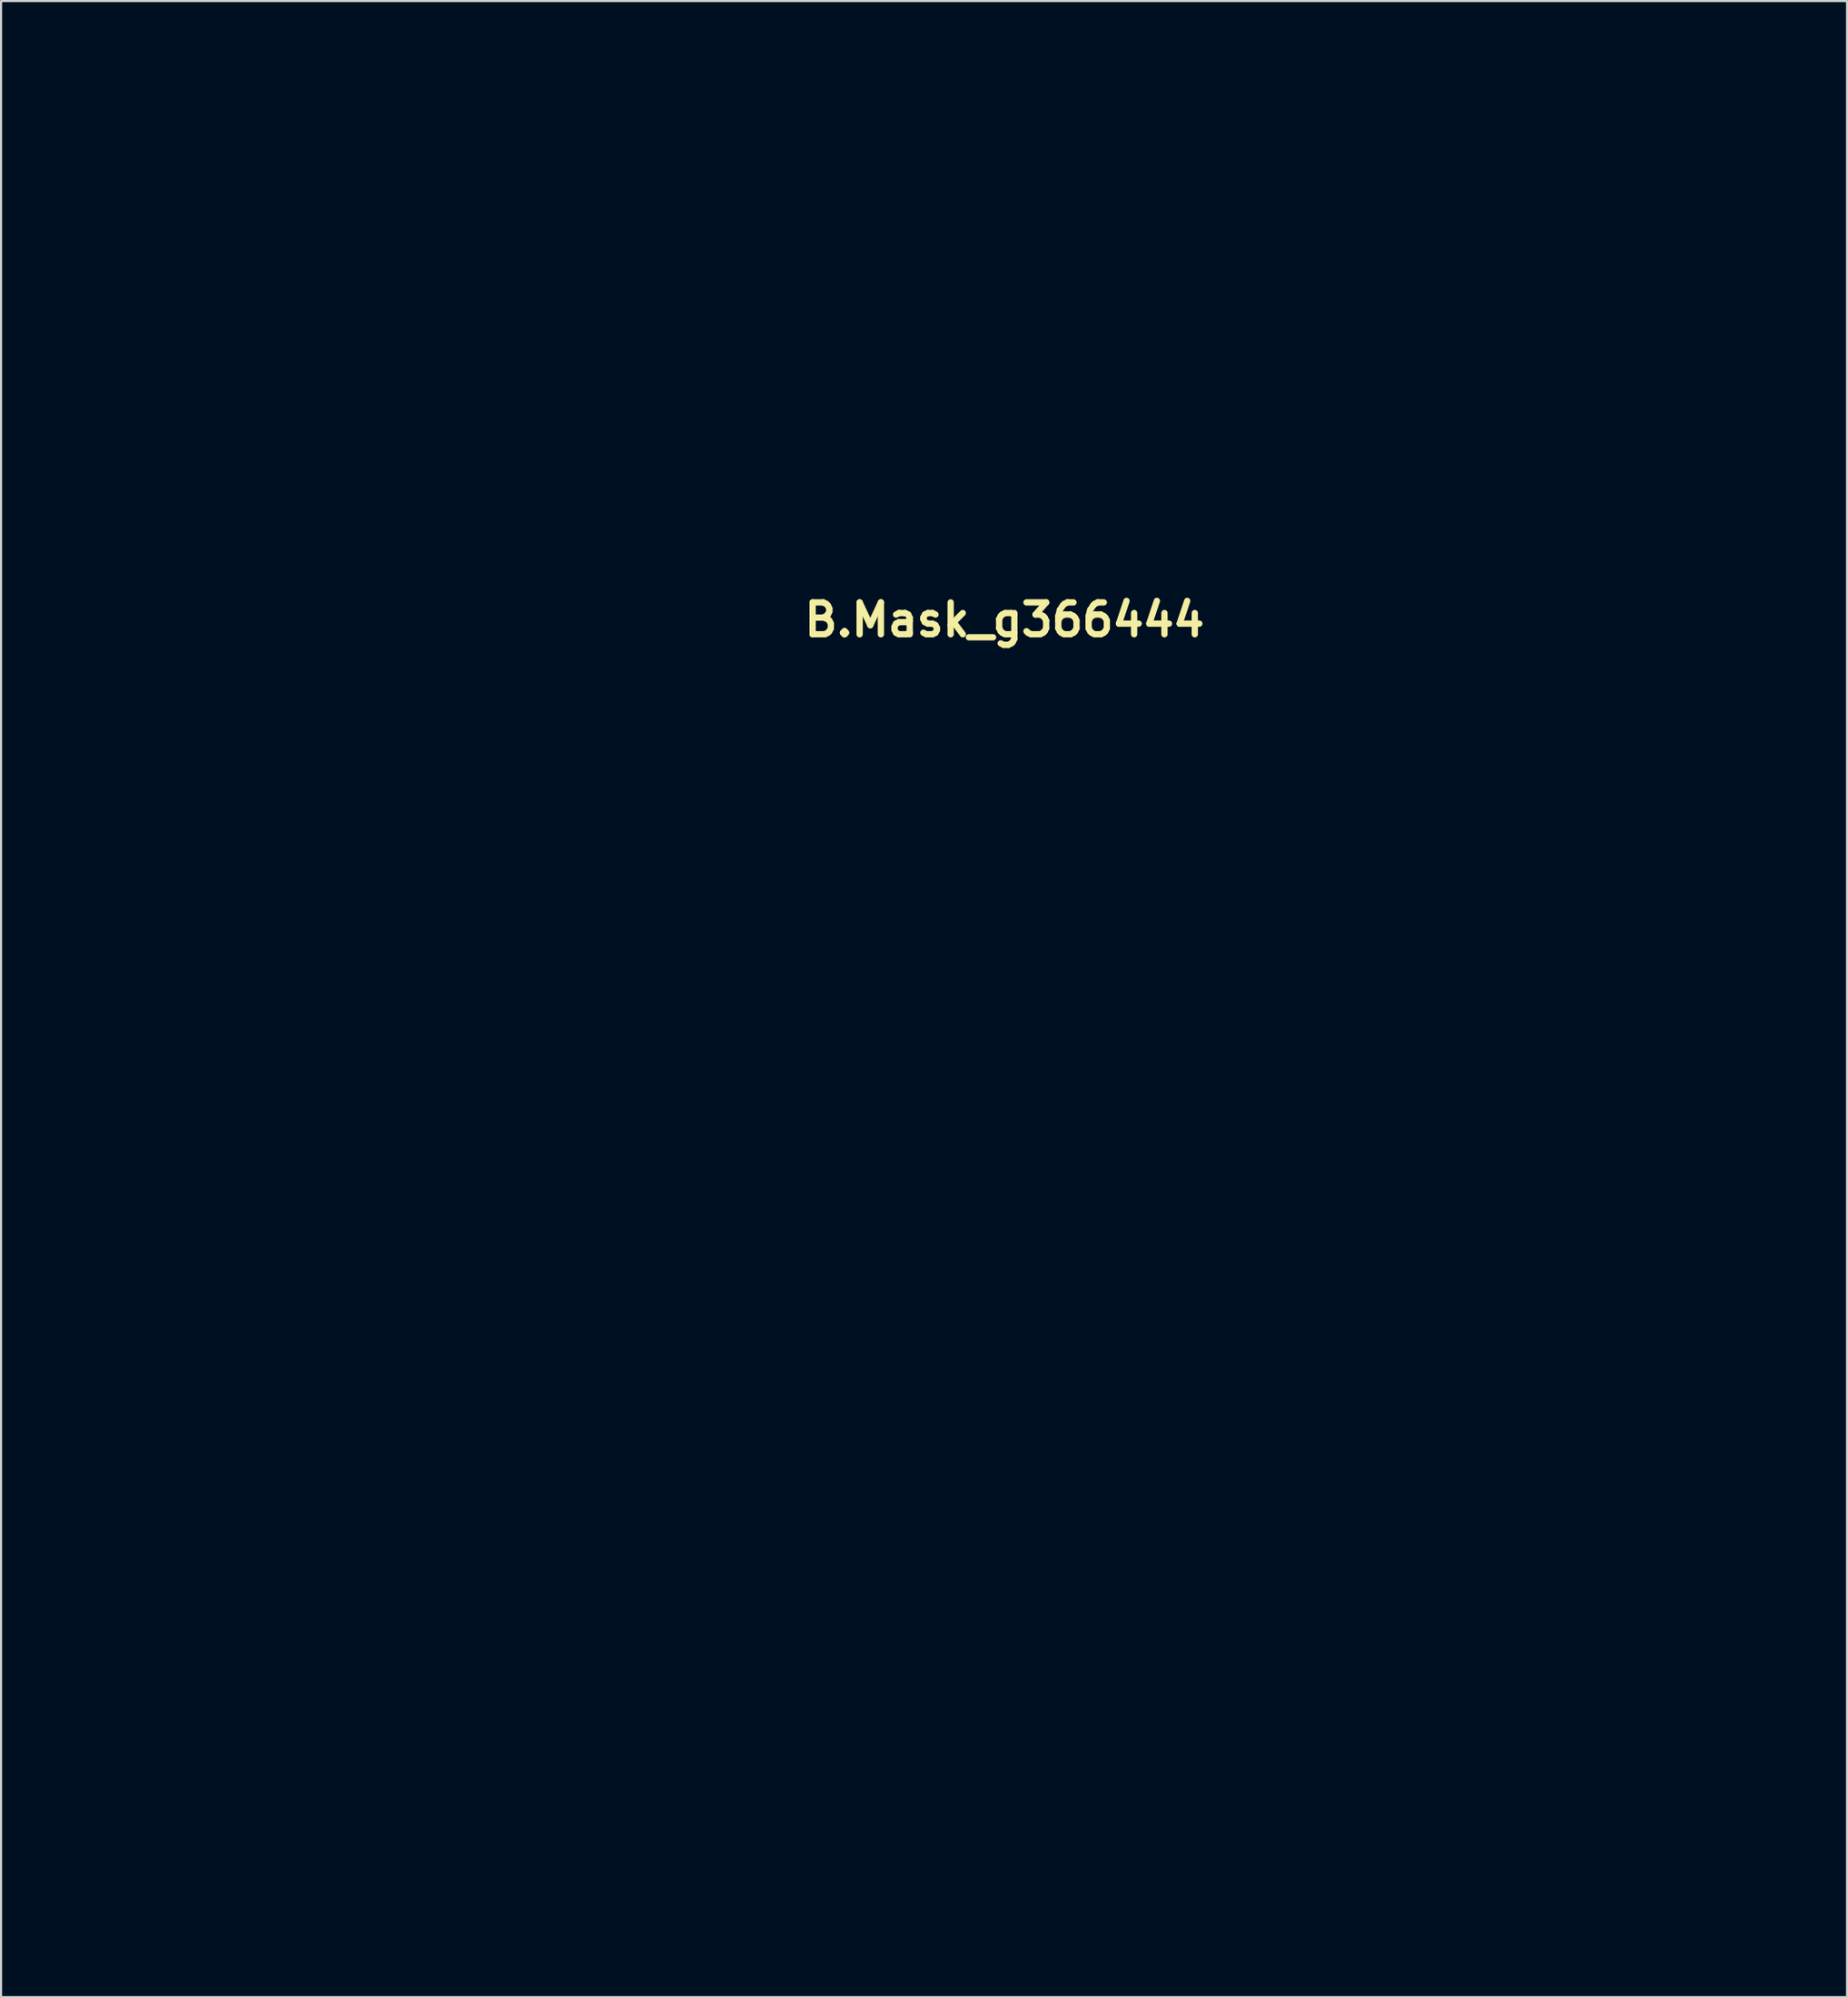
<source format=kicad_pcb>
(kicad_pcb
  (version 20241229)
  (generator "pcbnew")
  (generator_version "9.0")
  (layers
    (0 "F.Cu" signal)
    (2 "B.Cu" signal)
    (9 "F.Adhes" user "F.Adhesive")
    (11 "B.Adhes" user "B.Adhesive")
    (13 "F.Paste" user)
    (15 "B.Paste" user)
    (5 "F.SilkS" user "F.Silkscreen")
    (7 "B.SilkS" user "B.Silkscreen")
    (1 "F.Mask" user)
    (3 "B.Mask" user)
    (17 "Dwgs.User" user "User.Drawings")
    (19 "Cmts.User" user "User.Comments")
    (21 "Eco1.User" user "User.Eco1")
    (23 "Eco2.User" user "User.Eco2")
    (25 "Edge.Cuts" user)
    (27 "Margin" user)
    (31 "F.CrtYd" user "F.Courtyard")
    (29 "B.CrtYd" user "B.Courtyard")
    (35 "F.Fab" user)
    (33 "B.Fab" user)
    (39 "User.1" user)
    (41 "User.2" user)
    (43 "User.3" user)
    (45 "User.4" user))
  (footprint "B.Mask_g366444"
    (layer "F.Cu")
    (at 45.023 26.611)
    (property "Reference" "B.Mask_g366444" (at 0 0 0) (layer "F.SilkS") (effects (font (size 1.524 1.524) (thickness 0.3))))
    (attr through_hole)
    (fp_poly (pts (xy -10.641 42.959) (xy -10.54 42.996) (xy -10.46 43.062) (xy -10.452 43.071) (xy -10.399 43.15) (xy -10.38 43.228) (xy -10.395 43.314) (xy -10.425 43.384) (xy -10.498 43.492) (xy -10.609 43.599) (xy -10.752 43.7) (xy -10.921 43.792) (xy -11.113 43.872) (xy -11.155 43.886) (xy -11.263 43.917) (xy -11.376 43.939) (xy -11.483 43.953) (xy -11.572 43.955) (xy -11.631 43.946) (xy -11.719 43.898) (xy -11.772 43.829) (xy -11.791 43.744) (xy -11.776 43.645) (xy -11.729 43.536) (xy -11.649 43.421) (xy -11.537 43.302) (xy -11.536 43.301) (xy -11.379 43.174) (xy -11.211 43.072) (xy -11.041 42.998) (xy -10.876 42.956) (xy -10.77 42.947) (xy -10.641 42.959)) (stroke (width 0.01) (type solid)) (fill yes) (layer "B.Mask"))
    (fp_poly (pts (xy -26.495 20.143) (xy -26.396 20.191) (xy -26.308 20.277) (xy -26.301 20.286) (xy -26.275 20.332) (xy -26.262 20.391) (xy -26.258 20.477) (xy -26.258 20.486) (xy -26.262 20.572) (xy -26.276 20.642) (xy -26.307 20.715) (xy -26.33 20.761) (xy -26.413 20.885) (xy -26.516 20.994) (xy -26.627 21.075) (xy -26.658 21.09) (xy -26.739 21.114) (xy -26.835 21.122) (xy -26.924 21.114) (xy -26.958 21.104) (xy -27.002 21.075) (xy -27.048 21.029) (xy -27.05 21.026) (xy -27.084 20.951) (xy -27.092 20.853) (xy -27.077 20.74) (xy -27.042 20.618) (xy -26.989 20.496) (xy -26.923 20.381) (xy -26.845 20.281) (xy -26.76 20.202) (xy -26.707 20.169) (xy -26.6 20.136) (xy -26.495 20.143)) (stroke (width 0.01) (type solid)) (fill yes) (layer "B.Mask"))
    (fp_poly (pts (xy -21.327 -26.604) (xy -21.24 -26.579) (xy -21.132 -26.53) (xy -20.996 -26.457) (xy -20.982 -26.448) (xy -20.813 -26.349) (xy -20.674 -26.261) (xy -20.556 -26.178) (xy -20.45 -26.092) (xy -20.346 -25.999) (xy -20.276 -25.93) (xy -20.133 -25.771) (xy -20.029 -25.618) (xy -19.96 -25.466) (xy -19.926 -25.311) (xy -19.923 -25.277) (xy -19.919 -25.198) (xy -19.922 -25.148) (xy -19.936 -25.111) (xy -19.965 -25.073) (xy -19.976 -25.061) (xy -20.017 -25.02) (xy -20.059 -24.997) (xy -20.117 -24.987) (xy -20.163 -24.984) (xy -20.328 -24.996) (xy -20.418 -25.019) (xy -20.531 -25.067) (xy -20.664 -25.141) (xy -20.807 -25.235) (xy -20.951 -25.344) (xy -20.991 -25.377) (xy -21.138 -25.517) (xy -21.278 -25.683) (xy -21.399 -25.86) (xy -21.472 -25.993) (xy -21.517 -26.093) (xy -21.544 -26.173) (xy -21.559 -26.25) (xy -21.566 -26.325) (xy -21.569 -26.406) (xy -21.565 -26.457) (xy -21.552 -26.493) (xy -21.525 -26.526) (xy -21.507 -26.545) (xy -21.454 -26.586) (xy -21.396 -26.606) (xy -21.327 -26.604)) (stroke (width 0.01) (type solid)) (fill yes) (layer "B.Mask"))
    (fp_poly (pts (xy -42.896 50.024) (xy -42.913 50.078) (xy -42.941 50.156) (xy -42.978 50.251) (xy -42.991 50.284) (xy -43.208 50.848) (xy -43.394 51.386) (xy -43.551 51.895) (xy -43.649 52.257) (xy -43.721 52.569) (xy -43.781 52.872) (xy -43.827 53.161) (xy -43.859 53.432) (xy -43.876 53.68) (xy -43.878 53.902) (xy -43.865 54.092) (xy -43.845 54.21) (xy -43.829 54.284) (xy -43.82 54.34) (xy -43.82 54.367) (xy -43.82 54.368) (xy -43.841 54.361) (xy -43.889 54.336) (xy -43.957 54.297) (xy -44.015 54.261) (xy -44.274 54.082) (xy -44.493 53.898) (xy -44.672 53.705) (xy -44.813 53.503) (xy -44.918 53.289) (xy -44.987 53.062) (xy -44.991 53.044) (xy -45.018 52.817) (xy -45.005 52.579) (xy -44.953 52.333) (xy -44.863 52.079) (xy -44.736 51.82) (xy -44.572 51.556) (xy -44.372 51.289) (xy -44.138 51.02) (xy -43.87 50.752) (xy -43.569 50.485) (xy -43.423 50.366) (xy -43.339 50.301) (xy -43.247 50.232) (xy -43.154 50.166) (xy -43.066 50.105) (xy -42.99 50.054) (xy -42.931 50.018) (xy -42.897 50.002) (xy -42.892 50.002) (xy -42.896 50.024)) (stroke (width 0.01) (type solid)) (fill yes) (layer "B.Mask"))
    (fp_poly (pts (xy -17.088 30.028) (xy -17.104 30.087) (xy -17.133 30.177) (xy -17.173 30.291) (xy -17.223 30.425) (xy -17.281 30.574) (xy -17.344 30.735) (xy -17.411 30.901) (xy -17.48 31.069) (xy -17.549 31.233) (xy -17.617 31.389) (xy -17.681 31.533) (xy -17.692 31.556) (xy -17.851 31.889) (xy -18.009 32.186) (xy -18.17 32.457) (xy -18.339 32.707) (xy -18.522 32.943) (xy -18.723 33.174) (xy -18.947 33.406) (xy -19.133 33.583) (xy -19.323 33.765) (xy -19.485 33.928) (xy -19.624 34.078) (xy -19.745 34.222) (xy -19.854 34.366) (xy -19.871 34.391) (xy -19.927 34.469) (xy -19.976 34.532) (xy -20.011 34.573) (xy -20.027 34.586) (xy -20.032 34.566) (xy -20.037 34.51) (xy -20.041 34.424) (xy -20.043 34.314) (xy -20.045 34.186) (xy -20.045 34.141) (xy -20.037 33.772) (xy -20.014 33.439) (xy -19.975 33.14) (xy -19.918 32.872) (xy -19.844 32.631) (xy -19.751 32.415) (xy -19.639 32.221) (xy -19.538 32.084) (xy -19.427 31.955) (xy -19.285 31.807) (xy -19.118 31.645) (xy -18.931 31.473) (xy -18.73 31.297) (xy -18.518 31.121) (xy -18.405 31.03) (xy -18.253 30.91) (xy -18.082 30.774) (xy -17.903 30.632) (xy -17.729 30.493) (xy -17.572 30.368) (xy -17.531 30.336) (xy -17.415 30.244) (xy -17.309 30.162) (xy -17.219 30.094) (xy -17.149 30.042) (xy -17.103 30.011) (xy -17.087 30.002) (xy -17.088 30.028)) (stroke (width 0.01) (type solid)) (fill yes) (layer "B.Mask"))
    (fp_poly (pts (xy 23.063 -3.463) (xy 23.103 -3.427) (xy 23.114 -3.395) (xy 23.109 -3.365) (xy 23.094 -3.301) (xy 23.071 -3.211) (xy 23.042 -3.101) (xy 23.009 -2.978) (xy 22.936 -2.706) (xy 22.86 -2.408) (xy 22.784 -2.097) (xy 22.711 -1.788) (xy 22.651 -1.524) (xy 22.586 -1.183) (xy 22.532 -0.802) (xy 22.491 -0.382) (xy 22.461 0.078) (xy 22.444 0.561) (xy 22.444 1.212) (xy 22.476 1.84) (xy 22.538 2.443) (xy 22.632 3.02) (xy 22.755 3.57) (xy 22.884 4.013) (xy 22.924 4.139) (xy 22.95 4.232) (xy 22.964 4.297) (xy 22.965 4.342) (xy 22.956 4.372) (xy 22.935 4.394) (xy 22.931 4.397) (xy 22.901 4.415) (xy 22.871 4.421) (xy 22.831 4.412) (xy 22.772 4.387) (xy 22.695 4.349) (xy 22.54 4.252) (xy 22.404 4.126) (xy 22.286 3.968) (xy 22.185 3.776) (xy 22.099 3.55) (xy 22.029 3.286) (xy 21.977 3.014) (xy 21.963 2.896) (xy 21.952 2.743) (xy 21.945 2.563) (xy 21.94 2.363) (xy 21.939 2.15) (xy 21.941 1.932) (xy 21.946 1.716) (xy 21.954 1.51) (xy 21.965 1.321) (xy 21.978 1.175) (xy 22.053 0.551) (xy 22.151 -0.103) (xy 22.273 -0.783) (xy 22.417 -1.486) (xy 22.583 -2.206) (xy 22.658 -2.508) (xy 22.715 -2.734) (xy 22.764 -2.923) (xy 22.805 -3.076) (xy 22.839 -3.199) (xy 22.868 -3.295) (xy 22.892 -3.366) (xy 22.913 -3.417) (xy 22.931 -3.45) (xy 22.948 -3.47) (xy 22.959 -3.477) (xy 23.01 -3.482) (xy 23.063 -3.463)) (stroke (width 0.01) (type solid)) (fill yes) (layer "B.Mask"))
    (fp_poly (pts (xy 8.634 -7.561) (xy 8.667 -7.501) (xy 8.691 -7.403) (xy 8.696 -7.374) (xy 8.728 -7.204) (xy 8.773 -7.006) (xy 8.827 -6.791) (xy 8.887 -6.572) (xy 8.951 -6.361) (xy 8.985 -6.255) (xy 9.207 -5.656) (xy 9.469 -5.069) (xy 9.769 -4.495) (xy 10.108 -3.935) (xy 10.483 -3.392) (xy 10.893 -2.865) (xy 11.338 -2.357) (xy 11.816 -1.87) (xy 12.326 -1.404) (xy 12.867 -0.961) (xy 13.323 -0.623) (xy 13.387 -0.581) (xy 13.432 -0.554) (xy 13.452 -0.546) (xy 13.451 -0.551) (xy 13.432 -0.579) (xy 13.393 -0.634) (xy 13.34 -0.708) (xy 13.279 -0.794) (xy 13.271 -0.804) (xy 13.056 -1.11) (xy 12.853 -1.418) (xy 12.665 -1.724) (xy 12.493 -2.022) (xy 12.342 -2.307) (xy 12.215 -2.574) (xy 12.113 -2.819) (xy 12.077 -2.918) (xy 12.036 -3.045) (xy 12.011 -3.14) (xy 12.003 -3.207) (xy 12.011 -3.253) (xy 12.027 -3.277) (xy 12.065 -3.3) (xy 12.111 -3.297) (xy 12.171 -3.268) (xy 12.249 -3.209) (xy 12.313 -3.152) (xy 12.44 -3.041) (xy 12.593 -2.918) (xy 12.759 -2.791) (xy 12.928 -2.668) (xy 13.088 -2.559) (xy 13.126 -2.534) (xy 13.339 -2.402) (xy 13.582 -2.263) (xy 13.843 -2.122) (xy 14.111 -1.985) (xy 14.376 -1.856) (xy 14.627 -1.743) (xy 14.734 -1.698) (xy 14.937 -1.613) (xy 14.792 -1.807) (xy 14.72 -1.907) (xy 14.648 -2.018) (xy 14.585 -2.122) (xy 14.558 -2.172) (xy 14.517 -2.254) (xy 14.493 -2.307) (xy 14.484 -2.343) (xy 14.488 -2.369) (xy 14.504 -2.396) (xy 14.506 -2.4) (xy 14.543 -2.439) (xy 14.582 -2.455) (xy 14.616 -2.447) (xy 14.678 -2.423) (xy 14.76 -2.388) (xy 14.84 -2.351) (xy 15.178 -2.207) (xy 15.517 -2.1) (xy 15.866 -2.026) (xy 16.233 -1.985) (xy 16.425 -1.975) (xy 16.543 -1.972) (xy 16.645 -1.971) (xy 16.737 -1.972) (xy 16.829 -1.976) (xy 16.927 -1.983) (xy 17.04 -1.994) (xy 17.176 -2.01) (xy 17.342 -2.03) (xy 17.431 -2.041) (xy 17.588 -2.061) (xy 17.731 -2.08) (xy 17.855 -2.096) (xy 17.955 -2.109) (xy 18.025 -2.118) (xy 18.06 -2.123) (xy 18.063 -2.124) (xy 18.054 -2.136) (xy 18.015 -2.164) (xy 17.954 -2.204) (xy 17.909 -2.231) (xy 17.608 -2.432) (xy 17.32 -2.67) (xy 17.047 -2.943) (xy 16.794 -3.248) (xy 16.561 -3.58) (xy 16.354 -3.937) (xy 16.321 -4) (xy 16.252 -4.139) (xy 16.189 -4.274) (xy 16.134 -4.398) (xy 16.09 -4.506) (xy 16.059 -4.59) (xy 16.045 -4.646) (xy 16.044 -4.655) (xy 16.062 -4.7) (xy 16.105 -4.736) (xy 16.156 -4.753) (xy 16.18 -4.75) (xy 16.206 -4.728) (xy 16.25 -4.679) (xy 16.306 -4.61) (xy 16.366 -4.532) (xy 16.604 -4.245) (xy 16.876 -3.975) (xy 17.179 -3.724) (xy 17.509 -3.496) (xy 17.86 -3.292) (xy 18.228 -3.116) (xy 18.609 -2.969) (xy 18.997 -2.855) (xy 19.39 -2.776) (xy 19.484 -2.763) (xy 19.606 -2.748) (xy 19.717 -2.738) (xy 19.83 -2.733) (xy 19.952 -2.732) (xy 20.094 -2.735) (xy 20.265 -2.741) (xy 20.325 -2.744) (xy 20.612 -2.758) (xy 20.39 -2.914) (xy 19.994 -3.216) (xy 19.631 -3.545) (xy 19.301 -3.901) (xy 19.11 -4.138) (xy 19.019 -4.264) (xy 18.928 -4.404) (xy 18.838 -4.552) (xy 18.753 -4.702) (xy 18.676 -4.851) (xy 18.608 -4.991) (xy 18.553 -5.119) (xy 18.513 -5.228) (xy 18.491 -5.313) (xy 18.49 -5.368) (xy 18.491 -5.372) (xy 18.514 -5.413) (xy 18.554 -5.428) (xy 18.582 -5.429) (xy 18.614 -5.428) (xy 18.639 -5.418) (xy 18.663 -5.394) (xy 18.692 -5.35) (xy 18.73 -5.279) (xy 18.765 -5.212) (xy 18.931 -4.931) (xy 19.137 -4.657) (xy 19.382 -4.389) (xy 19.665 -4.13) (xy 19.984 -3.881) (xy 20.337 -3.643) (xy 20.723 -3.417) (xy 20.943 -3.302) (xy 21.07 -3.238) (xy 21.192 -3.178) (xy 21.301 -3.125) (xy 21.39 -3.083) (xy 21.449 -3.056) (xy 21.458 -3.053) (xy 21.521 -3.026) (xy 21.554 -3.003) (xy 21.567 -2.972) (xy 21.569 -2.922) (xy 21.569 -2.921) (xy 21.565 -2.859) (xy 21.553 -2.757) (xy 21.535 -2.617) (xy 21.509 -2.439) (xy 21.476 -2.226) (xy 21.436 -1.978) (xy 21.39 -1.698) (xy 21.377 -1.622) (xy 21.31 -1.206) (xy 21.254 -0.82) (xy 21.209 -0.455) (xy 21.173 -0.103) (xy 21.146 0.247) (xy 21.127 0.604) (xy 21.114 0.978) (xy 21.11 1.175) (xy 21.108 1.714) (xy 21.123 2.216) (xy 21.154 2.682) (xy 21.202 3.116) (xy 21.267 3.518) (xy 21.349 3.891) (xy 21.449 4.237) (xy 21.452 4.248) (xy 21.555 4.53) (xy 21.67 4.777) (xy 21.803 4.997) (xy 21.958 5.196) (xy 22.141 5.383) (xy 22.357 5.565) (xy 22.492 5.665) (xy 22.56 5.715) (xy 22.605 5.758) (xy 22.626 5.799) (xy 22.622 5.844) (xy 22.591 5.898) (xy 22.532 5.966) (xy 22.444 6.055) (xy 22.389 6.109) (xy 21.914 6.557) (xy 21.428 6.996) (xy 20.934 7.423) (xy 20.435 7.836) (xy 19.934 8.233) (xy 19.434 8.613) (xy 18.938 8.972) (xy 18.449 9.308) (xy 17.969 9.62) (xy 17.503 9.904) (xy 17.053 10.16) (xy 16.622 10.384) (xy 16.359 10.51) (xy 16.271 10.549) (xy 16.198 10.576) (xy 16.132 10.593) (xy 16.062 10.6) (xy 15.981 10.596) (xy 15.88 10.584) (xy 15.75 10.563) (xy 15.684 10.551) (xy 15.353 10.489) (xy 14.992 10.414) (xy 14.605 10.326) (xy 14.199 10.229) (xy 13.78 10.122) (xy 13.353 10.009) (xy 12.925 9.891) (xy 12.501 9.768) (xy 12.087 9.644) (xy 11.689 9.519) (xy 11.313 9.396) (xy 10.965 9.275) (xy 10.649 9.159) (xy 10.525 9.111) (xy 10.139 8.949) (xy 9.793 8.786) (xy 9.484 8.62) (xy 9.21 8.448) (xy 8.967 8.269) (xy 8.754 8.08) (xy 8.569 7.88) (xy 8.407 7.667) (xy 8.267 7.438) (xy 8.19 7.287) (xy 8.144 7.185) (xy 8.1 7.076) (xy 8.056 6.956) (xy 8.012 6.82) (xy 7.966 6.662) (xy 7.915 6.478) (xy 7.859 6.262) (xy 7.799 6.022) (xy 7.724 5.725) (xy 7.654 5.461) (xy 7.585 5.225) (xy 7.515 5.007) (xy 7.441 4.8) (xy 7.361 4.597) (xy 7.271 4.389) (xy 7.169 4.17) (xy 7.051 3.931) (xy 6.996 3.821) (xy 6.692 3.249) (xy 6.358 2.669) (xy 6 2.09) (xy 5.624 1.52) (xy 5.235 0.97) (xy 4.839 0.447) (xy 4.62 0.173) (xy 4.523 0.053) (xy 4.45 -0.044) (xy 4.394 -0.128) (xy 4.35 -0.208) (xy 4.312 -0.29) (xy 4.311 -0.292) (xy 4.269 -0.394) (xy 4.245 -0.466) (xy 4.237 -0.514) (xy 4.246 -0.548) (xy 4.271 -0.573) (xy 4.285 -0.583) (xy 4.322 -0.601) (xy 4.357 -0.601) (xy 4.397 -0.578) (xy 4.446 -0.53) (xy 4.51 -0.453) (xy 4.553 -0.397) (xy 4.8 -0.089) (xy 5.047 0.186) (xy 5.294 0.425) (xy 5.538 0.627) (xy 5.777 0.79) (xy 5.937 0.878) (xy 6.068 0.937) (xy 6.204 0.987) (xy 6.336 1.025) (xy 6.454 1.049) (xy 6.547 1.055) (xy 6.556 1.054) (xy 6.636 1.048) (xy 6.707 0.222) (xy 6.649 0.159) (xy 6.479 -0.048) (xy 6.308 -0.291) (xy 6.14 -0.566) (xy 5.978 -0.868) (xy 5.824 -1.19) (xy 5.681 -1.529) (xy 5.601 -1.74) (xy 5.468 -2.141) (xy 5.345 -2.574) (xy 5.236 -3.032) (xy 5.141 -3.506) (xy 5.062 -3.986) (xy 5.001 -4.466) (xy 4.975 -4.739) (xy 4.966 -4.862) (xy 4.965 -4.95) (xy 4.974 -5.008) (xy 4.994 -5.041) (xy 5.026 -5.056) (xy 5.058 -5.059) (xy 5.126 -5.045) (xy 5.167 -5) (xy 5.185 -4.922) (xy 5.186 -4.893) (xy 5.189 -4.811) (xy 5.199 -4.697) (xy 5.213 -4.56) (xy 5.23 -4.411) (xy 5.25 -4.258) (xy 5.271 -4.111) (xy 5.293 -3.981) (xy 5.293 -3.979) (xy 5.395 -3.504) (xy 5.528 -3.048) (xy 5.691 -2.614) (xy 5.883 -2.204) (xy 6.102 -1.821) (xy 6.347 -1.468) (xy 6.618 -1.146) (xy 6.798 -0.962) (xy 6.887 -0.88) (xy 6.981 -0.797) (xy 7.075 -0.718) (xy 7.162 -0.648) (xy 7.237 -0.591) (xy 7.294 -0.551) (xy 7.329 -0.533) (xy 7.335 -0.534) (xy 7.336 -0.559) (xy 7.322 -0.604) (xy 7.322 -0.606) (xy 7.307 -0.665) (xy 7.298 -0.746) (xy 7.294 -0.837) (xy 7.297 -0.925) (xy 7.305 -0.997) (xy 7.319 -1.041) (xy 7.321 -1.044) (xy 7.347 -1.067) (xy 7.38 -1.076) (xy 7.427 -1.069) (xy 7.494 -1.046) (xy 7.585 -1.005) (xy 7.706 -0.946) (xy 7.895 -0.855) (xy 8.063 -0.789) (xy 8.218 -0.745) (xy 8.371 -0.72) (xy 8.531 -0.71) (xy 8.551 -0.71) (xy 8.666 -0.713) (xy 8.765 -0.72) (xy 8.836 -0.732) (xy 8.851 -0.737) (xy 8.929 -0.764) (xy 8.807 -0.927) (xy 8.63 -1.189) (xy 8.459 -1.491) (xy 8.297 -1.831) (xy 8.142 -2.208) (xy 7.997 -2.619) (xy 7.861 -3.064) (xy 7.734 -3.539) (xy 7.619 -4.045) (xy 7.515 -4.578) (xy 7.493 -4.704) (xy 7.464 -4.873) (xy 7.445 -5.005) (xy 7.434 -5.104) (xy 7.433 -5.175) (xy 7.442 -5.223) (xy 7.462 -5.252) (xy 7.491 -5.266) (xy 7.532 -5.27) (xy 7.539 -5.271) (xy 7.579 -5.264) (xy 7.609 -5.241) (xy 7.631 -5.194) (xy 7.651 -5.115) (xy 7.662 -5.058) (xy 7.686 -4.938) (xy 7.719 -4.787) (xy 7.759 -4.618) (xy 7.803 -4.44) (xy 7.849 -4.264) (xy 7.894 -4.102) (xy 7.935 -3.963) (xy 7.94 -3.948) (xy 8.12 -3.433) (xy 8.331 -2.933) (xy 8.571 -2.451) (xy 8.838 -1.991) (xy 9.13 -1.556) (xy 9.445 -1.15) (xy 9.779 -0.776) (xy 10.077 -0.488) (xy 10.176 -0.4) (xy 10.272 -0.316) (xy 10.361 -0.242) (xy 10.438 -0.179) (xy 10.499 -0.132) (xy 10.539 -0.105) (xy 10.554 -0.1) (xy 10.551 -0.106) (xy 10.531 -0.137) (xy 10.495 -0.194) (xy 10.448 -0.264) (xy 10.434 -0.285) (xy 10.231 -0.611) (xy 10.029 -0.972) (xy 9.833 -1.359) (xy 9.646 -1.766) (xy 9.471 -2.184) (xy 9.312 -2.606) (xy 9.301 -2.639) (xy 9.124 -3.186) (xy 8.965 -3.766) (xy 8.826 -4.37) (xy 8.707 -4.993) (xy 8.61 -5.627) (xy 8.536 -6.267) (xy 8.487 -6.905) (xy 8.474 -7.15) (xy 8.469 -7.295) (xy 8.468 -7.403) (xy 8.471 -7.48) (xy 8.481 -7.531) (xy 8.497 -7.563) (xy 8.521 -7.58) (xy 8.535 -7.585) (xy 8.591 -7.588) (xy 8.634 -7.561)) (stroke (width 0.01) (type solid)) (fill yes) (layer "B.Mask"))
    (fp_poly (pts (xy 10.531 23.552) (xy 11.001 23.572) (xy 11.451 23.607) (xy 11.853 23.656) (xy 12.274 23.73) (xy 12.669 23.826) (xy 13.037 23.942) (xy 13.376 24.079) (xy 13.685 24.234) (xy 13.962 24.407) (xy 14.205 24.598) (xy 14.414 24.805) (xy 14.587 25.027) (xy 14.722 25.263) (xy 14.794 25.439) (xy 14.851 25.604) (xy 15.023 25.441) (xy 15.373 25.135) (xy 15.737 24.868) (xy 16.114 24.64) (xy 16.503 24.451) (xy 16.904 24.302) (xy 17.314 24.194) (xy 17.357 24.185) (xy 17.551 24.152) (xy 17.761 24.125) (xy 17.976 24.106) (xy 18.181 24.095) (xy 18.365 24.094) (xy 18.447 24.098) (xy 18.651 24.112) (xy 18.88 24.131) (xy 19.124 24.153) (xy 19.373 24.177) (xy 19.618 24.202) (xy 19.847 24.228) (xy 20.052 24.253) (xy 20.181 24.27) (xy 20.665 24.353) (xy 21.119 24.465) (xy 21.544 24.607) (xy 21.941 24.779) (xy 22.312 24.982) (xy 22.659 25.218) (xy 22.983 25.487) (xy 23.286 25.79) (xy 23.57 26.129) (xy 23.836 26.504) (xy 23.907 26.616) (xy 23.979 26.735) (xy 24.053 26.864) (xy 24.124 26.996) (xy 24.191 27.123) (xy 24.249 27.241) (xy 24.296 27.343) (xy 24.327 27.422) (xy 24.341 27.472) (xy 24.342 27.478) (xy 24.339 27.505) (xy 24.326 27.528) (xy 24.296 27.553) (xy 24.244 27.585) (xy 24.163 27.627) (xy 24.111 27.653) (xy 23.994 27.71) (xy 23.864 27.771) (xy 23.739 27.826) (xy 23.672 27.855) (xy 23.486 27.941) (xy 23.339 28.029) (xy 23.227 28.121) (xy 23.182 28.171) (xy 23.077 28.327) (xy 22.978 28.524) (xy 22.888 28.762) (xy 22.805 29.039) (xy 22.729 29.356) (xy 22.662 29.711) (xy 22.641 29.843) (xy 22.62 29.966) (xy 22.6 30.068) (xy 22.581 30.145) (xy 22.565 30.188) (xy 22.561 30.193) (xy 22.529 30.21) (xy 22.465 30.231) (xy 22.382 30.255) (xy 22.331 30.268) (xy 22.183 30.306) (xy 22.013 30.355) (xy 21.836 30.41) (xy 21.665 30.468) (xy 21.514 30.523) (xy 21.459 30.545) (xy 21.356 30.583) (xy 21.239 30.618) (xy 21.146 30.641) (xy 20.888 30.706) (xy 20.617 30.798) (xy 20.344 30.911) (xy 20.085 31.04) (xy 19.943 31.122) (xy 19.697 31.283) (xy 19.472 31.454) (xy 19.261 31.642) (xy 19.059 31.853) (xy 18.859 32.092) (xy 18.679 32.332) (xy 18.635 32.392) (xy 18.298 32.367) (xy 17.88 32.355) (xy 17.477 32.382) (xy 17.084 32.449) (xy 16.698 32.555) (xy 16.315 32.703) (xy 16.066 32.821) (xy 15.696 33.031) (xy 15.346 33.277) (xy 15.013 33.561) (xy 14.809 33.76) (xy 14.721 33.85) (xy 14.656 33.914) (xy 14.61 33.955) (xy 14.576 33.977) (xy 14.55 33.985) (xy 14.526 33.983) (xy 14.524 33.983) (xy 14.131 33.902) (xy 13.729 33.86) (xy 13.315 33.858) (xy 12.888 33.896) (xy 12.612 33.94) (xy 12.493 33.964) (xy 12.366 33.992) (xy 12.239 34.022) (xy 12.12 34.052) (xy 12.014 34.081) (xy 11.93 34.107) (xy 11.874 34.128) (xy 11.854 34.14) (xy 11.83 34.154) (xy 11.776 34.177) (xy 11.702 34.206) (xy 11.67 34.218) (xy 11.497 34.28) (xy 11.645 34.502) (xy 11.981 35.035) (xy 12.283 35.583) (xy 12.55 36.142) (xy 12.781 36.708) (xy 12.974 37.278) (xy 13.129 37.849) (xy 13.243 38.418) (xy 13.265 38.555) (xy 13.277 38.668) (xy 13.288 38.814) (xy 13.296 38.984) (xy 13.301 39.171) (xy 13.304 39.367) (xy 13.304 39.563) (xy 13.302 39.752) (xy 13.297 39.925) (xy 13.29 40.075) (xy 13.279 40.194) (xy 13.275 40.227) (xy 13.254 40.352) (xy 13.229 40.49) (xy 13.2 40.632) (xy 13.169 40.772) (xy 13.138 40.905) (xy 13.108 41.022) (xy 13.081 41.117) (xy 13.058 41.184) (xy 13.042 41.216) (xy 13.01 41.228) (xy 12.94 41.24) (xy 12.834 41.252) (xy 12.698 41.263) (xy 12.535 41.274) (xy 12.348 41.284) (xy 12.142 41.293) (xy 11.921 41.301) (xy 11.687 41.307) (xy 11.446 41.311) (xy 11.405 41.312) (xy 10.523 41.322) (xy 10.554 41.41) (xy 10.581 41.474) (xy 10.62 41.556) (xy 10.661 41.635) (xy 10.809 41.863) (xy 10.992 42.067) (xy 11.208 42.246) (xy 11.455 42.399) (xy 11.732 42.525) (xy 12.038 42.624) (xy 12.319 42.685) (xy 12.467 42.705) (xy 12.648 42.718) (xy 12.851 42.726) (xy 13.069 42.727) (xy 13.291 42.722) (xy 13.508 42.711) (xy 13.711 42.694) (xy 13.864 42.675) (xy 14.266 42.607) (xy 14.693 42.515) (xy 15.136 42.402) (xy 15.587 42.27) (xy 16.038 42.122) (xy 16.34 42.013) (xy 16.431 41.98) (xy 16.509 41.956) (xy 16.564 41.941) (xy 16.586 41.94) (xy 16.615 41.957) (xy 16.666 41.992) (xy 16.729 42.039) (xy 16.735 42.044) (xy 16.984 42.207) (xy 17.258 42.335) (xy 17.554 42.43) (xy 17.873 42.49) (xy 18.213 42.516) (xy 18.573 42.508) (xy 18.953 42.465) (xy 19.352 42.388) (xy 19.768 42.276) (xy 20.202 42.131) (xy 20.232 42.119) (xy 20.675 41.94) (xy 21.135 41.728) (xy 21.607 41.486) (xy 22.086 41.217) (xy 22.565 40.924) (xy 23.041 40.611) (xy 23.507 40.279) (xy 23.576 40.228) (xy 23.675 40.155) (xy 23.764 40.093) (xy 23.836 40.044) (xy 23.887 40.013) (xy 23.907 40.005) (xy 23.937 40.015) (xy 23.995 40.044) (xy 24.073 40.086) (xy 24.162 40.138) (xy 24.169 40.142) (xy 24.493 40.316) (xy 24.818 40.447) (xy 25.144 40.535) (xy 25.47 40.581) (xy 25.796 40.585) (xy 26.122 40.547) (xy 26.448 40.466) (xy 26.774 40.343) (xy 27.1 40.178) (xy 27.149 40.149) (xy 27.477 39.933) (xy 27.801 39.678) (xy 28.121 39.384) (xy 28.435 39.054) (xy 28.741 38.689) (xy 29.036 38.293) (xy 29.32 37.868) (xy 29.59 37.414) (xy 29.718 37.181) (xy 29.769 37.088) (xy 29.816 37.009) (xy 29.855 36.951) (xy 29.879 36.922) (xy 29.882 36.92) (xy 29.916 36.923) (xy 29.974 36.944) (xy 30.033 36.973) (xy 30.221 37.056) (xy 30.407 37.098) (xy 30.588 37.1) (xy 30.68 37.085) (xy 30.749 37.076) (xy 30.798 37.084) (xy 30.799 37.085) (xy 30.823 37.109) (xy 30.867 37.165) (xy 30.927 37.249) (xy 31.002 37.356) (xy 31.088 37.482) (xy 31.183 37.623) (xy 31.283 37.775) (xy 31.386 37.934) (xy 31.489 38.095) (xy 31.585 38.248) (xy 31.827 38.643) (xy 32.087 39.076) (xy 32.365 39.547) (xy 32.661 40.057) (xy 32.975 40.604) (xy 33.306 41.19) (xy 33.656 41.814) (xy 34.023 42.476) (xy 34.407 43.175) (xy 34.675 43.667) (xy 34.882 44.046) (xy 35.069 44.39) (xy 35.236 44.699) (xy 35.385 44.976) (xy 35.516 45.22) (xy 35.629 45.433) (xy 35.727 45.618) (xy 35.808 45.774) (xy 35.874 45.903) (xy 35.925 46.007) (xy 35.963 46.086) (xy 35.988 46.142) (xy 35.999 46.177) (xy 36.001 46.188) (xy 35.981 46.225) (xy 35.928 46.271) (xy 35.839 46.33) (xy 35.835 46.332) (xy 35.677 46.44) (xy 35.557 46.552) (xy 35.47 46.672) (xy 35.453 46.705) (xy 35.426 46.769) (xy 35.41 46.833) (xy 35.403 46.912) (xy 35.401 46.99) (xy 35.403 47.085) (xy 35.412 47.156) (xy 35.43 47.222) (xy 35.464 47.3) (xy 35.48 47.334) (xy 35.53 47.435) (xy 35.582 47.525) (xy 35.64 47.614) (xy 35.711 47.709) (xy 35.801 47.819) (xy 35.883 47.915) (xy 36.204 48.313) (xy 36.486 48.717) (xy 36.728 49.127) (xy 36.929 49.541) (xy 37.09 49.958) (xy 37.208 50.376) (xy 37.219 50.423) (xy 37.262 50.632) (xy 37.292 50.819) (xy 37.31 50.999) (xy 37.318 51.191) (xy 37.32 51.342) (xy 37.306 51.68) (xy 37.263 52.002) (xy 37.189 52.314) (xy 37.083 52.623) (xy 36.943 52.939) (xy 36.84 53.136) (xy 36.756 53.283) (xy 36.667 53.43) (xy 36.576 53.573) (xy 36.485 53.706) (xy 36.399 53.827) (xy 36.321 53.929) (xy 36.253 54.008) (xy 36.2 54.06) (xy 36.163 54.081) (xy 36.162 54.081) (xy 36.136 54.066) (xy 36.087 54.027) (xy 36.021 53.967) (xy 35.944 53.892) (xy 35.903 53.851) (xy 35.81 53.76) (xy 35.715 53.668) (xy 35.627 53.586) (xy 35.556 53.524) (xy 35.542 53.512) (xy 35.414 53.412) (xy 35.276 53.314) (xy 35.134 53.22) (xy 34.993 53.134) (xy 34.861 53.059) (xy 34.742 53) (xy 34.642 52.958) (xy 34.568 52.939) (xy 34.552 52.938) (xy 34.452 52.956) (xy 34.341 53.007) (xy 34.224 53.084) (xy 34.108 53.184) (xy 34.001 53.299) (xy 33.908 53.425) (xy 33.851 53.524) (xy 33.793 53.65) (xy 33.75 53.769) (xy 33.72 53.892) (xy 33.701 54.029) (xy 33.691 54.188) (xy 33.688 54.379) (xy 33.688 54.388) (xy 33.688 54.495) (xy 33.69 54.584) (xy 33.694 54.663) (xy 33.7 54.739) (xy 33.711 54.82) (xy 33.726 54.913) (xy 33.747 55.025) (xy 33.775 55.164) (xy 33.809 55.33) (xy 33.872 55.641) (xy 33.926 55.917) (xy 33.97 56.163) (xy 34.006 56.386) (xy 34.035 56.59) (xy 34.056 56.782) (xy 34.072 56.966) (xy 34.082 57.15) (xy 34.087 57.339) (xy 34.088 57.51) (xy 34.084 57.793) (xy 34.07 58.042) (xy 34.044 58.262) (xy 34.007 58.46) (xy 33.956 58.644) (xy 33.891 58.819) (xy 33.836 58.939) (xy 33.754 59.093) (xy 33.661 59.232) (xy 33.551 59.364) (xy 33.415 59.501) (xy 33.352 59.559) (xy 33.06 59.807) (xy 32.774 60.014) (xy 32.49 60.182) (xy 32.206 60.313) (xy 31.921 60.409) (xy 31.678 60.462) (xy 31.536 60.483) (xy 31.399 60.492) (xy 31.261 60.491) (xy 31.114 60.478) (xy 30.952 60.452) (xy 30.767 60.414) (xy 30.552 60.361) (xy 30.459 60.336) (xy 30.259 60.284) (xy 30.092 60.244) (xy 29.949 60.214) (xy 29.822 60.194) (xy 29.703 60.182) (xy 29.585 60.176) (xy 29.506 60.175) (xy 29.21 60.193) (xy 28.935 60.246) (xy 28.682 60.335) (xy 28.451 60.459) (xy 28.244 60.618) (xy 28.061 60.811) (xy 28.055 60.819) (xy 27.981 60.914) (xy 27.907 61.017) (xy 27.829 61.135) (xy 27.742 61.272) (xy 27.643 61.435) (xy 27.528 61.629) (xy 27.517 61.648) (xy 27.369 61.895) (xy 27.231 62.107) (xy 27.102 62.287) (xy 26.976 62.438) (xy 26.851 62.565) (xy 26.723 62.671) (xy 26.589 62.761) (xy 26.446 62.838) (xy 26.436 62.843) (xy 26.351 62.88) (xy 26.288 62.899) (xy 26.229 62.901) (xy 26.16 62.886) (xy 26.12 62.875) (xy 26.068 62.86) (xy 25.984 62.837) (xy 25.877 62.807) (xy 25.756 62.774) (xy 25.665 62.748) (xy 25.169 62.603) (xy 24.694 62.448) (xy 24.243 62.285) (xy 23.821 62.114) (xy 23.431 61.937) (xy 23.079 61.757) (xy 22.999 61.712) (xy 22.807 61.6) (xy 22.624 61.483) (xy 22.44 61.357) (xy 22.248 61.215) (xy 22.037 61.05) (xy 21.982 61.005) (xy 21.807 60.869) (xy 21.654 60.76) (xy 21.516 60.675) (xy 21.385 60.608) (xy 21.253 60.557) (xy 21.176 60.533) (xy 21.059 60.508) (xy 20.914 60.491) (xy 20.754 60.482) (xy 20.589 60.481) (xy 20.433 60.488) (xy 20.298 60.504) (xy 20.218 60.521) (xy 19.951 60.615) (xy 19.686 60.75) (xy 19.427 60.922) (xy 19.178 61.129) (xy 18.942 61.368) (xy 18.881 61.439) (xy 18.81 61.521) (xy 18.742 61.599) (xy 18.685 61.663) (xy 18.655 61.695) (xy 18.588 61.765) (xy 18.485 61.727) (xy 18.324 61.648) (xy 18.159 61.536) (xy 17.999 61.397) (xy 17.852 61.239) (xy 17.826 61.208) (xy 17.743 61.096) (xy 17.67 60.985) (xy 17.61 60.883) (xy 17.568 60.796) (xy 17.548 60.732) (xy 17.547 60.719) (xy 17.551 60.689) (xy 17.56 60.621) (xy 17.576 60.518) (xy 17.597 60.384) (xy 17.623 60.224) (xy 17.652 60.041) (xy 17.685 59.838) (xy 17.721 59.62) (xy 17.758 59.389) (xy 17.798 59.151) (xy 17.838 58.908) (xy 17.879 58.664) (xy 17.919 58.423) (xy 17.958 58.189) (xy 17.996 57.965) (xy 18.032 57.755) (xy 18.064 57.563) (xy 18.094 57.393) (xy 18.116 57.268) (xy 18.146 57.104) (xy 18.171 56.978) (xy 18.193 56.884) (xy 18.214 56.819) (xy 18.235 56.778) (xy 18.259 56.757) (xy 18.287 56.751) (xy 18.32 56.755) (xy 18.344 56.752) (xy 18.376 56.73) (xy 18.422 56.685) (xy 18.485 56.612) (xy 18.54 56.545) (xy 18.682 56.373) (xy 18.801 56.236) (xy 18.897 56.133) (xy 18.97 56.065) (xy 19.019 56.032) (xy 19.034 56.028) (xy 19.076 56.037) (xy 19.14 56.061) (xy 19.192 56.084) (xy 19.304 56.124) (xy 19.437 56.149) (xy 19.572 56.156) (xy 19.671 56.147) (xy 19.746 56.133) (xy 19.661 55.957) (xy 19.598 55.814) (xy 19.555 55.692) (xy 19.535 55.597) (xy 19.537 55.532) (xy 19.538 55.527) (xy 19.565 55.479) (xy 19.616 55.407) (xy 19.687 55.316) (xy 19.772 55.213) (xy 19.866 55.105) (xy 19.963 54.996) (xy 20.06 54.892) (xy 20.149 54.801) (xy 20.227 54.727) (xy 20.264 54.695) (xy 20.322 54.644) (xy 20.365 54.601) (xy 20.382 54.573) (xy 20.382 54.572) (xy 20.373 54.535) (xy 20.345 54.471) (xy 20.303 54.387) (xy 20.252 54.293) (xy 20.195 54.197) (xy 20.159 54.139) (xy 20.104 54.061) (xy 20.032 53.966) (xy 19.953 53.87) (xy 19.908 53.818) (xy 19.844 53.744) (xy 19.793 53.679) (xy 19.759 53.632) (xy 19.749 53.611) (xy 19.755 53.579) (xy 19.777 53.551) (xy 19.822 53.521) (xy 19.894 53.486) (xy 19.983 53.448) (xy 20.14 53.39) (xy 20.296 53.34) (xy 20.442 53.304) (xy 20.568 53.282) (xy 20.642 53.276) (xy 20.743 53.276) (xy 20.743 53.123) (xy 20.738 53.017) (xy 20.725 52.9) (xy 20.711 52.821) (xy 20.678 52.703) (xy 20.627 52.57) (xy 20.565 52.438) (xy 20.499 52.322) (xy 20.45 52.252) (xy 20.397 52.175) (xy 20.381 52.116) (xy 20.402 52.076) (xy 20.461 52.051) (xy 20.56 52.04) (xy 20.577 52.039) (xy 20.713 52.024) (xy 20.834 51.983) (xy 20.953 51.911) (xy 21.052 51.83) (xy 21.106 51.779) (xy 21.132 51.748) (xy 21.134 51.731) (xy 21.115 51.72) (xy 21.114 51.72) (xy 20.978 51.663) (xy 20.843 51.593) (xy 20.717 51.514) (xy 20.608 51.431) (xy 20.525 51.352) (xy 20.485 51.297) (xy 20.453 51.21) (xy 20.437 51.093) (xy 20.438 50.957) (xy 20.455 50.811) (xy 20.487 50.667) (xy 20.495 50.641) (xy 20.518 50.563) (xy 20.535 50.503) (xy 20.542 50.469) (xy 20.542 50.465) (xy 20.518 50.468) (xy 20.464 50.49) (xy 20.389 50.529) (xy 20.297 50.58) (xy 20.195 50.641) (xy 20.089 50.706) (xy 19.986 50.774) (xy 19.891 50.839) (xy 19.811 50.898) (xy 19.811 50.898) (xy 19.724 50.959) (xy 19.659 50.986) (xy 19.609 50.982) (xy 19.579 50.958) (xy 19.568 50.936) (xy 19.564 50.9) (xy 19.566 50.841) (xy 19.575 50.753) (xy 19.587 50.664) (xy 19.6 50.562) (xy 19.611 50.473) (xy 19.619 50.408) (xy 19.621 50.374) (xy 19.622 50.374) (xy 19.612 50.36) (xy 19.581 50.352) (xy 19.521 50.347) (xy 19.426 50.345) (xy 19.394 50.345) (xy 19.287 50.344) (xy 19.211 50.339) (xy 19.153 50.329) (xy 19.103 50.312) (xy 19.061 50.292) (xy 18.955 50.239) (xy 18.929 50.029) (xy 18.909 49.898) (xy 18.881 49.791) (xy 18.841 49.688) (xy 18.828 49.662) (xy 18.754 49.505) (xy 18.644 49.601) (xy 18.474 49.728) (xy 18.291 49.818) (xy 18.092 49.873) (xy 17.869 49.895) (xy 17.812 49.896) (xy 17.582 49.878) (xy 17.339 49.829) (xy 17.096 49.752) (xy 16.865 49.65) (xy 16.738 49.579) (xy 16.616 49.506) (xy 16.616 49.373) (xy 16.632 49.211) (xy 16.683 49.071) (xy 16.766 48.951) (xy 16.808 48.899) (xy 16.831 48.861) (xy 16.833 48.846) (xy 16.802 48.836) (xy 16.739 48.821) (xy 16.652 48.804) (xy 16.552 48.785) (xy 16.448 48.768) (xy 16.348 48.753) (xy 16.313 48.748) (xy 16.19 48.736) (xy 16.037 48.729) (xy 15.864 48.726) (xy 15.682 48.728) (xy 15.503 48.734) (xy 15.337 48.743) (xy 15.196 48.757) (xy 15.183 48.758) (xy 14.793 48.824) (xy 14.397 48.921) (xy 14.006 49.043) (xy 13.633 49.189) (xy 13.376 49.309) (xy 13.295 49.347) (xy 13.24 49.367) (xy 13.202 49.371) (xy 13.173 49.363) (xy 13.15 49.35) (xy 13.136 49.331) (xy 13.13 49.298) (xy 13.13 49.24) (xy 13.135 49.155) (xy 13.138 49.055) (xy 13.137 48.957) (xy 13.131 48.88) (xy 13.13 48.867) (xy 13.113 48.764) (xy 12.912 48.991) (xy 12.814 49.098) (xy 12.7 49.216) (xy 12.586 49.331) (xy 12.495 49.418) (xy 12.393 49.51) (xy 12.315 49.574) (xy 12.255 49.607) (xy 12.208 49.612) (xy 12.168 49.589) (xy 12.13 49.536) (xy 12.087 49.456) (xy 12.079 49.442) (xy 12.022 49.303) (xy 11.978 49.152) (xy 11.952 49.002) (xy 11.945 48.869) (xy 11.948 48.824) (xy 11.961 48.72) (xy 11.877 48.787) (xy 11.732 48.919) (xy 11.583 49.084) (xy 11.436 49.276) (xy 11.294 49.489) (xy 11.163 49.713) (xy 11.049 49.943) (xy 11.005 50.044) (xy 10.958 50.146) (xy 10.916 50.209) (xy 10.876 50.238) (xy 10.833 50.236) (xy 10.819 50.23) (xy 10.799 50.218) (xy 10.784 50.204) (xy 10.771 50.179) (xy 10.759 50.139) (xy 10.746 50.076) (xy 10.729 49.983) (xy 10.708 49.863) (xy 10.689 49.758) (xy 10.672 49.67) (xy 10.657 49.607) (xy 10.647 49.575) (xy 10.645 49.572) (xy 10.626 49.588) (xy 10.593 49.629) (xy 10.573 49.656) (xy 10.531 49.711) (xy 10.474 49.774) (xy 10.411 49.837) (xy 10.351 49.894) (xy 10.301 49.935) (xy 10.269 49.953) (xy 10.267 49.953) (xy 10.23 49.937) (xy 10.193 49.898) (xy 10.17 49.854) (xy 10.169 49.831) (xy 10.181 49.78) (xy 10.199 49.693) (xy 10.221 49.575) (xy 10.247 49.432) (xy 10.275 49.27) (xy 10.305 49.094) (xy 10.336 48.91) (xy 10.367 48.723) (xy 10.396 48.539) (xy 10.423 48.363) (xy 10.448 48.202) (xy 10.465 48.08) (xy 10.488 47.912) (xy 10.511 47.726) (xy 10.535 47.526) (xy 10.558 47.317) (xy 10.582 47.103) (xy 10.604 46.887) (xy 10.625 46.675) (xy 10.645 46.47) (xy 10.662 46.277) (xy 10.677 46.1) (xy 10.69 45.943) (xy 10.699 45.81) (xy 10.704 45.706) (xy 10.705 45.635) (xy 10.702 45.6) (xy 10.701 45.598) (xy 10.691 45.604) (xy 10.689 45.622) (xy 10.682 45.654) (xy 10.663 45.721) (xy 10.634 45.817) (xy 10.595 45.937) (xy 10.55 46.076) (xy 10.499 46.229) (xy 10.445 46.39) (xy 10.389 46.555) (xy 10.333 46.717) (xy 10.279 46.872) (xy 10.228 47.014) (xy 10.183 47.138) (xy 10.171 47.17) (xy 10.095 47.368) (xy 10.013 47.581) (xy 9.924 47.805) (xy 9.831 48.036) (xy 9.735 48.272) (xy 9.638 48.508) (xy 9.541 48.742) (xy 9.445 48.969) (xy 9.353 49.187) (xy 9.264 49.392) (xy 9.182 49.58) (xy 9.107 49.748) (xy 9.041 49.893) (xy 8.985 50.011) (xy 8.941 50.098) (xy 8.91 50.152) (xy 8.898 50.167) (xy 8.871 50.179) (xy 8.827 50.176) (xy 8.757 50.159) (xy 8.736 50.152) (xy 8.624 50.129) (xy 8.482 50.116) (xy 8.322 50.112) (xy 8.154 50.119) (xy 7.989 50.135) (xy 7.84 50.16) (xy 7.833 50.162) (xy 7.723 50.186) (xy 7.646 50.2) (xy 7.596 50.204) (xy 7.566 50.198) (xy 7.546 50.182) (xy 7.535 50.165) (xy 7.527 50.136) (xy 7.532 50.094) (xy 7.549 50.03) (xy 7.582 49.937) (xy 7.588 49.922) (xy 7.624 49.816) (xy 7.659 49.701) (xy 7.69 49.589) (xy 7.712 49.49) (xy 7.724 49.416) (xy 7.726 49.393) (xy 7.714 49.382) (xy 7.676 49.389) (xy 7.606 49.414) (xy 7.596 49.418) (xy 7.507 49.447) (xy 7.406 49.469) (xy 7.307 49.483) (xy 7.218 49.486) (xy 7.151 49.479) (xy 7.123 49.467) (xy 7.1 49.423) (xy 7.092 49.347) (xy 7.097 49.246) (xy 7.116 49.127) (xy 7.132 49.059) (xy 7.163 48.961) (xy 7.212 48.834) (xy 7.276 48.688) (xy 7.351 48.529) (xy 7.404 48.424) (xy 7.39 48.414) (xy 7.344 48.409) (xy 7.272 48.409) (xy 7.184 48.412) (xy 7.088 48.42) (xy 6.993 48.431) (xy 6.94 48.439) (xy 6.73 48.487) (xy 6.526 48.553) (xy 6.356 48.627) (xy 6.288 48.658) (xy 6.228 48.679) (xy 6.2 48.683) (xy 6.163 48.67) (xy 6.107 48.634) (xy 6.045 48.583) (xy 6.041 48.579) (xy 5.917 48.48) (xy 5.786 48.405) (xy 5.639 48.351) (xy 5.471 48.316) (xy 5.274 48.297) (xy 5.101 48.294) (xy 4.908 48.298) (xy 4.735 48.31) (xy 4.569 48.333) (xy 4.395 48.369) (xy 4.199 48.419) (xy 4.16 48.43) (xy 4.05 48.46) (xy 3.973 48.475) (xy 3.919 48.473) (xy 3.881 48.45) (xy 3.85 48.406) (xy 3.817 48.336) (xy 3.81 48.32) (xy 3.755 48.153) (xy 3.72 47.961) (xy 3.708 47.758) (xy 3.71 47.662) (xy 3.714 47.56) (xy 3.713 47.496) (xy 3.706 47.463) (xy 3.696 47.456) (xy 3.668 47.467) (xy 3.614 47.496) (xy 3.545 47.539) (xy 3.511 47.56) (xy 3.391 47.65) (xy 3.267 47.76) (xy 3.15 47.88) (xy 3.051 48) (xy 2.988 48.095) (xy 2.939 48.178) (xy 2.9 48.228) (xy 2.863 48.251) (xy 2.819 48.251) (xy 2.761 48.234) (xy 2.756 48.232) (xy 2.604 48.2) (xy 2.441 48.208) (xy 2.266 48.256) (xy 2.08 48.343) (xy 1.885 48.47) (xy 1.68 48.635) (xy 1.566 48.739) (xy 1.468 48.83) (xy 1.39 48.895) (xy 1.336 48.93) (xy 1.314 48.937) (xy 1.271 48.917) (xy 1.231 48.86) (xy 1.196 48.771) (xy 1.166 48.655) (xy 1.144 48.518) (xy 1.13 48.365) (xy 1.125 48.201) (xy 1.126 48.144) (xy 1.127 48.044) (xy 1.126 47.961) (xy 1.122 47.903) (xy 1.117 47.879) (xy 1.116 47.879) (xy 1.09 47.886) (xy 1.034 47.905) (xy 0.96 47.933) (xy 0.931 47.944) (xy 0.733 48.037) (xy 0.53 48.164) (xy 0.328 48.32) (xy 0.135 48.497) (xy -0.041 48.691) (xy -0.123 48.794) (xy -0.198 48.89) (xy -0.259 48.951) (xy -0.309 48.98) (xy -0.355 48.978) (xy -0.401 48.948) (xy -0.425 48.924) (xy -0.468 48.885) (xy -0.532 48.832) (xy -0.605 48.777) (xy -0.609 48.774) (xy -0.682 48.716) (xy -0.728 48.668) (xy -0.741 48.64) (xy -0.738 48.606) (xy -0.728 48.538) (xy -0.715 48.446) (xy -0.698 48.336) (xy -0.688 48.277) (xy -0.661 48.098) (xy -0.63 47.877) (xy -0.595 47.617) (xy -0.557 47.318) (xy -0.516 46.981) (xy -0.472 46.607) (xy -0.424 46.197) (xy -0.382 45.826) (xy -0.361 45.638) (xy -0.341 45.453) (xy -0.321 45.269) (xy -0.3 45.081) (xy -0.279 44.885) (xy -0.257 44.677) (xy -0.233 44.454) (xy -0.208 44.212) (xy -0.18 43.946) (xy -0.149 43.653) (xy -0.116 43.33) (xy -0.078 42.971) (xy -0.042 42.62) (xy -0.023 42.45) (xy -0.005 42.323) (xy 0.011 42.237) (xy 0.026 42.193) (xy 0.029 42.189) (xy 0.045 42.179) (xy 0.072 42.173) (xy 0.116 42.171) (xy 0.182 42.173) (xy 0.278 42.179) (xy 0.407 42.189) (xy 0.458 42.193) (xy 0.631 42.207) (xy 0.814 42.219) (xy 1.011 42.231) (xy 1.225 42.242) (xy 1.456 42.253) (xy 1.71 42.263) (xy 1.987 42.272) (xy 2.291 42.281) (xy 2.624 42.29) (xy 2.989 42.299) (xy 3.389 42.308) (xy 3.826 42.317) (xy 4.255 42.325) (xy 4.784 42.33) (xy 5.289 42.325) (xy 5.766 42.31) (xy 6.215 42.287) (xy 6.632 42.254) (xy 7.016 42.211) (xy 7.363 42.161) (xy 7.672 42.101) (xy 7.771 42.078) (xy 8.044 42.001) (xy 8.281 41.914) (xy 8.483 41.816) (xy 8.646 41.708) (xy 8.771 41.592) (xy 8.856 41.467) (xy 8.861 41.455) (xy 8.891 41.377) (xy 8.908 41.304) (xy 8.909 41.247) (xy 8.896 41.215) (xy 8.884 41.212) (xy 8.843 41.209) (xy 8.765 41.204) (xy 8.658 41.195) (xy 8.526 41.183) (xy 8.377 41.17) (xy 8.215 41.155) (xy 8.048 41.139) (xy 7.881 41.123) (xy 7.719 41.107) (xy 7.57 41.092) (xy 7.44 41.078) (xy 7.398 41.073) (xy 7.129 41.043) (xy 6.822 41.007) (xy 6.479 40.965) (xy 6.103 40.919) (xy 5.698 40.869) (xy 5.267 40.814) (xy 4.812 40.756) (xy 4.338 40.695) (xy 4.226 40.68) (xy 3.087 40.532) (xy 2.925 40.403) (xy 2.791 40.3) (xy 2.649 40.198) (xy 2.496 40.094) (xy 2.33 39.988) (xy 2.146 39.877) (xy 1.943 39.761) (xy 1.718 39.637) (xy 1.467 39.504) (xy 1.189 39.361) (xy 0.879 39.205) (xy 0.535 39.035) (xy 0.248 38.894) (xy -0.053 38.747) (xy -0.317 38.615) (xy -0.547 38.498) (xy -0.744 38.393) (xy -0.912 38.299) (xy -1.052 38.215) (xy -1.167 38.14) (xy -1.258 38.071) (xy -1.327 38.007) (xy -1.378 37.948) (xy -1.412 37.891) (xy -1.432 37.834) (xy -1.439 37.777) (xy -1.439 37.768) (xy -1.432 37.686) (xy -1.405 37.615) (xy -1.354 37.543) (xy -1.273 37.46) (xy -1.261 37.449) (xy -1.137 37.352) (xy -0.971 37.253) (xy -0.766 37.151) (xy -0.519 37.046) (xy -0.231 36.938) (xy -0.097 36.892) (xy 0.261 36.771) (xy 0.136 36.746) (xy -0.225 36.661) (xy -0.581 36.553) (xy -0.923 36.425) (xy -1.244 36.281) (xy -1.535 36.123) (xy -1.677 36.034) (xy -1.809 35.939) (xy -1.948 35.826) (xy -2.085 35.704) (xy -2.21 35.582) (xy -2.313 35.468) (xy -2.357 35.412) (xy -2.414 35.328) (xy -2.474 35.23) (xy -2.513 35.158) (xy -2.582 35.02) (xy -2.582 36.106) (xy -2.582 37.192) (xy -2.517 37.344) (xy -2.442 37.544) (xy -2.377 37.757) (xy -2.326 37.973) (xy -2.29 38.182) (xy -2.272 38.375) (xy -2.273 38.542) (xy -2.273 38.549) (xy -2.304 38.747) (xy -2.359 38.932) (xy -2.435 39.093) (xy -2.519 39.211) (xy -2.534 39.235) (xy -2.545 39.272) (xy -2.553 39.328) (xy -2.56 39.41) (xy -2.566 39.526) (xy -2.568 39.578) (xy -2.572 39.691) (xy -2.578 39.789) (xy -2.583 39.863) (xy -2.588 39.907) (xy -2.591 39.915) (xy -2.618 39.917) (xy -2.677 39.908) (xy -2.759 39.889) (xy -2.855 39.863) (xy -2.957 39.833) (xy -3.057 39.801) (xy -3.145 39.769) (xy -3.212 39.741) (xy -3.303 39.692) (xy -3.394 39.632) (xy -3.465 39.574) (xy -3.468 39.572) (xy -3.534 39.514) (xy -3.62 39.447) (xy -3.709 39.384) (xy -3.725 39.373) (xy -3.992 39.173) (xy -4.231 38.943) (xy -4.44 38.683) (xy -4.62 38.396) (xy -4.767 38.083) (xy -4.883 37.746) (xy -4.953 37.45) (xy -4.987 37.242) (xy -5.012 37.017) (xy -5.027 36.792) (xy -5.031 36.582) (xy -5.026 36.447) (xy -5.012 36.223) (xy -4.812 35.992) (xy -4.611 35.761) (xy -4.625 35.581) (xy -4.63 35.51) (xy -4.634 35.405) (xy -4.638 35.273) (xy -4.642 35.124) (xy -4.645 34.964) (xy -4.647 34.835) (xy -4.651 34.568) (xy -2.582 34.568) (xy -2.534 34.511) (xy -2.482 34.469) (xy -2.409 34.443) (xy -2.37 34.435) (xy -2.306 34.43) (xy -2.21 34.427) (xy -2.094 34.427) (xy -1.968 34.429) (xy -1.842 34.433) (xy -1.728 34.44) (xy -1.636 34.448) (xy -1.609 34.451) (xy -1.582 34.453) (xy -1.578 34.445) (xy -1.598 34.426) (xy -1.646 34.391) (xy -1.725 34.337) (xy -1.757 34.316) (xy -1.95 34.184) (xy -2.117 34.055) (xy -2.272 33.918) (xy -2.418 33.773) (xy -2.582 33.603) (xy -2.582 34.568) (xy -4.651 34.568) (xy -4.655 34.268) (xy -4.772 34.091) (xy -4.924 33.834) (xy -5.044 33.566) (xy -5.116 33.342) (xy -5.148 33.185) (xy -5.167 33.007) (xy -5.174 32.822) (xy -5.169 32.644) (xy -5.15 32.485) (xy -5.137 32.422) (xy -5.08 32.232) (xy -5.005 32.038) (xy -4.92 31.86) (xy -4.891 31.808) (xy -4.807 31.664) (xy -4.869 31.527) (xy -4.991 31.23) (xy -5.086 30.95) (xy -5.151 30.688) (xy -5.188 30.447) (xy -5.196 30.229) (xy -5.174 30.036) (xy -5.122 29.87) (xy -5.1 29.825) (xy -5.039 29.719) (xy -4.962 29.604) (xy -4.867 29.476) (xy -4.752 29.334) (xy -4.615 29.174) (xy -4.454 28.993) (xy -4.266 28.79) (xy -4.049 28.561) (xy -4.022 28.533) (xy -3.908 28.414) (xy -3.796 28.296) (xy -3.692 28.185) (xy -3.601 28.088) (xy -3.53 28.01) (xy -3.49 27.967) (xy -3.407 27.88) (xy -3.327 27.81) (xy -3.26 27.766) (xy -3.26 27.766) (xy -3.131 27.724) (xy -3.004 27.723) (xy -2.884 27.76) (xy -2.775 27.834) (xy -2.683 27.944) (xy -2.672 27.961) (xy -2.603 28.076) (xy -2.603 32.528) (xy -2.503 32.54) (xy -2.457 32.544) (xy -2.374 32.55) (xy -2.262 32.556) (xy -2.126 32.562) (xy -1.973 32.569) (xy -1.808 32.576) (xy -1.757 32.578) (xy -1.625 32.582) (xy -1.455 32.585) (xy -1.252 32.587) (xy -1.02 32.589) (xy -0.763 32.591) (xy -0.487 32.591) (xy -0.195 32.591) (xy 0.108 32.591) (xy 0.417 32.59) (xy 0.728 32.589) (xy 1.037 32.587) (xy 1.338 32.584) (xy 1.628 32.581) (xy 1.903 32.578) (xy 2.157 32.574) (xy 2.386 32.57) (xy 2.585 32.565) (xy 2.751 32.561) (xy 2.847 32.557) (xy 2.988 32.551) (xy 3.096 32.547) (xy 3.181 32.547) (xy 3.252 32.551) (xy 3.319 32.558) (xy 3.39 32.571) (xy 3.476 32.589) (xy 3.514 32.598) (xy 3.653 32.628) (xy 3.814 32.661) (xy 3.991 32.697) (xy 4.178 32.733) (xy 4.371 32.77) (xy 4.564 32.806) (xy 4.752 32.84) (xy 4.929 32.872) (xy 5.091 32.9) (xy 5.232 32.923) (xy 5.348 32.941) (xy 5.432 32.952) (xy 5.478 32.956) (xy 5.474 32.944) (xy 5.441 32.91) (xy 5.386 32.859) (xy 5.314 32.796) (xy 5.298 32.783) (xy 5.228 32.722) (xy 5.133 32.634) (xy 5.019 32.527) (xy 4.891 32.404) (xy 4.754 32.271) (xy 4.613 32.132) (xy 4.473 31.994) (xy 4.34 31.86) (xy 4.218 31.735) (xy 4.113 31.626) (xy 4.03 31.536) (xy 4.02 31.525) (xy 3.884 31.375) (xy 3.45 31.339) (xy 2.891 31.284) (xy 2.364 31.217) (xy 1.869 31.136) (xy 1.406 31.042) (xy 0.978 30.936) (xy 0.584 30.817) (xy 0.226 30.686) (xy -0.096 30.544) (xy -0.381 30.39) (xy -0.628 30.225) (xy -0.836 30.05) (xy -1.005 29.864) (xy -1.134 29.667) (xy -1.162 29.612) (xy -1.199 29.533) (xy -1.221 29.471) (xy -1.233 29.409) (xy -1.238 29.333) (xy -1.238 29.252) (xy -1.232 29.114) (xy -1.212 29.008) (xy -1.176 28.928) (xy -1.12 28.865) (xy -1.093 28.844) (xy -1.078 28.834) (xy -1.062 28.826) (xy -1.042 28.819) (xy -1.013 28.813) (xy -0.973 28.807) (xy -0.918 28.803) (xy -0.844 28.8) (xy -0.749 28.797) (xy -0.628 28.794) (xy -0.479 28.791) (xy -0.298 28.789) (xy -0.081 28.786) (xy 0.169 28.783) (xy 0.408 28.78) (xy 0.648 28.777) (xy 0.884 28.772) (xy 1.109 28.768) (xy 1.318 28.763) (xy 1.504 28.758) (xy 1.662 28.753) (xy 1.786 28.748) (xy 1.82 28.746) (xy 2.044 28.735) (xy 2.244 28.724) (xy 2.426 28.714) (xy 2.597 28.704) (xy 2.764 28.693) (xy 2.932 28.682) (xy 3.11 28.67) (xy 3.302 28.655) (xy 3.516 28.639) (xy 3.758 28.62) (xy 4.035 28.597) (xy 4.079 28.594) (xy 4.386 28.581) (xy 4.665 28.595) (xy 4.922 28.638) (xy 5.16 28.708) (xy 5.346 28.788) (xy 5.443 28.839) (xy 5.53 28.893) (xy 5.614 28.956) (xy 5.699 29.031) (xy 5.791 29.125) (xy 5.894 29.241) (xy 6.013 29.383) (xy 6.094 29.484) (xy 6.424 29.895) (xy 6.805 29.976) (xy 7.257 30.078) (xy 7.674 30.184) (xy 8.055 30.292) (xy 8.397 30.403) (xy 8.701 30.517) (xy 8.965 30.633) (xy 9.189 30.75) (xy 9.256 30.791) (xy 9.34 30.844) (xy 9.327 30.561) (xy 9.323 30.487) (xy 9.319 30.375) (xy 9.315 30.23) (xy 9.309 30.059) (xy 9.303 29.865) (xy 9.297 29.653) (xy 9.29 29.429) (xy 9.284 29.198) (xy 9.28 29.062) (xy 9.247 27.845) (xy 9.152 27.703) (xy 9.063 27.588) (xy 8.946 27.46) (xy 8.809 27.327) (xy 8.659 27.196) (xy 8.505 27.076) (xy 8.4 27.001) (xy 8.047 26.789) (xy 7.661 26.599) (xy 7.241 26.431) (xy 6.788 26.286) (xy 6.3 26.162) (xy 5.776 26.06) (xy 5.216 25.98) (xy 5.134 25.97) (xy 5.01 25.955) (xy 4.9 25.94) (xy 4.811 25.925) (xy 4.751 25.913) (xy 4.726 25.904) (xy 4.703 25.866) (xy 4.704 25.805) (xy 4.73 25.72) (xy 4.782 25.605) (xy 4.784 25.602) (xy 4.917 25.375) (xy 5.09 25.152) (xy 5.298 24.935) (xy 5.538 24.729) (xy 5.807 24.535) (xy 5.821 24.526) (xy 6.138 24.341) (xy 6.49 24.172) (xy 6.874 24.022) (xy 7.285 23.891) (xy 7.721 23.781) (xy 8.176 23.693) (xy 8.213 23.687) (xy 8.64 23.629) (xy 9.095 23.587) (xy 9.569 23.56) (xy 10.05 23.548) (xy 10.531 23.552)) (stroke (width 0.01) (type solid)) (fill yes) (layer "B.Mask")))
  (gr_rect
    (start -3 -3)
    (end 85.348 92.516)
    (stroke (width 0.1) (type default))
    (fill no)
    (layer "Edge.Cuts")))
</source>
